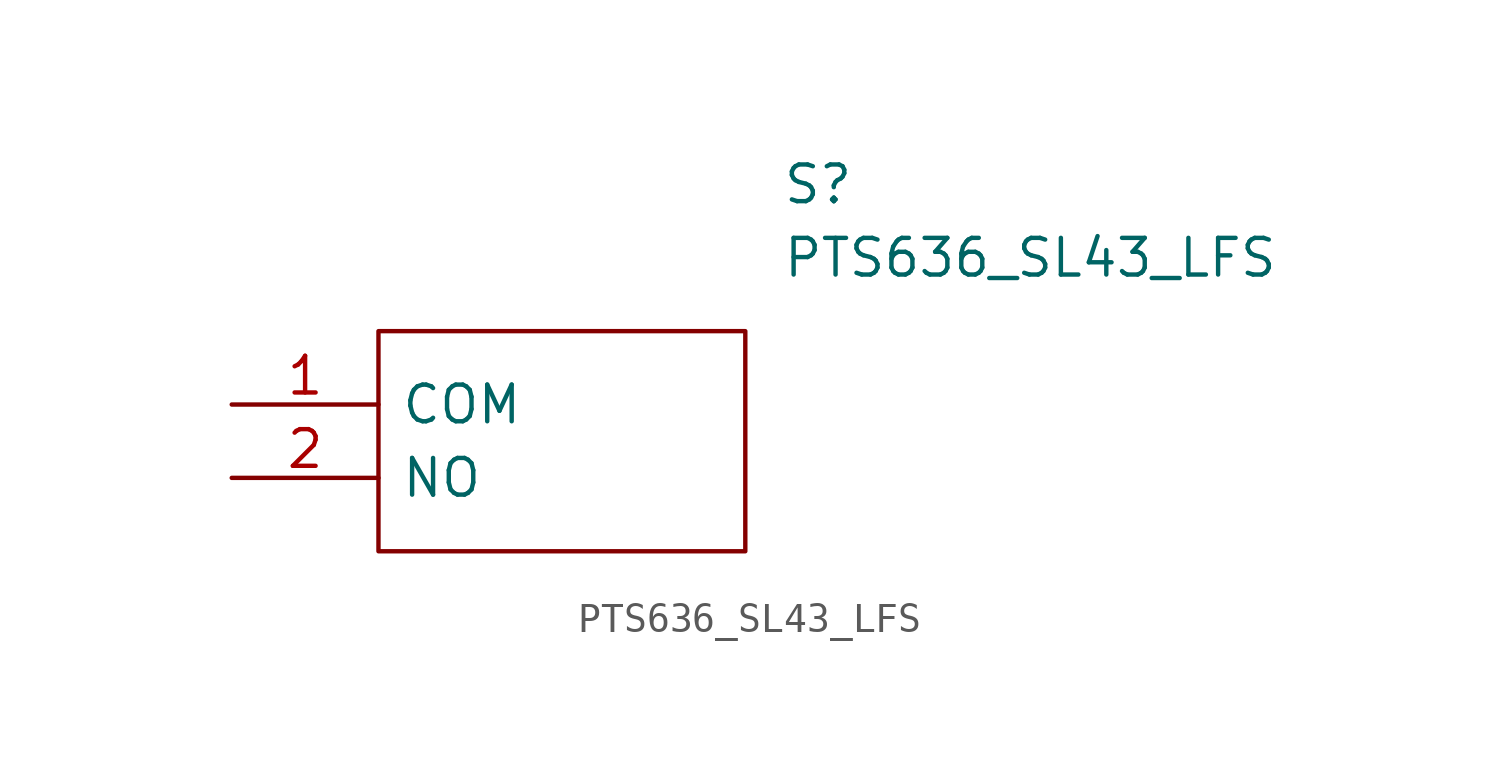
<source format=kicad_sym>
(kicad_symbol_lib
  (version 20211014)
  (generator kicad_symbol_editor)
  (symbol "PTS636_SL43_LFS"
    (pin_names
      (offset 0.762))
    (property "Reference" "S"
      (at 19.05 7.62 0)
      (effects (font (size 1.27 1.27)) (justify left)))
    (property "Value" "PTS636_SL43_LFS"
      (at 19.05 5.08 0)
      (effects (font (size 1.27 1.27)) (justify left)))
    (symbol "PTS636_SL43_LFS_0_0"
      (pin passive line (at 0 0 0) (length 5.08) (name "COM" (effects (font (size 1.27 1.27)))) (number "1" (effects (font (size 1.27 1.27)))))
      (pin passive line (at 0 -2.54 0) (length 5.08) (name "NO" (effects (font (size 1.27 1.27)))) (number "2" (effects (font (size 1.27 1.27))))))
    (symbol "PTS636_SL43_LFS_0_1"
      (polyline (pts (xy 5.08 2.54) (xy 17.78 2.54) (xy 17.78 -5.08) (xy 5.08 -5.08) (xy 5.08 2.54)) (stroke (width 0.152) (type default) (color 0 0 0 0)) (fill (type none))))))
</source>
